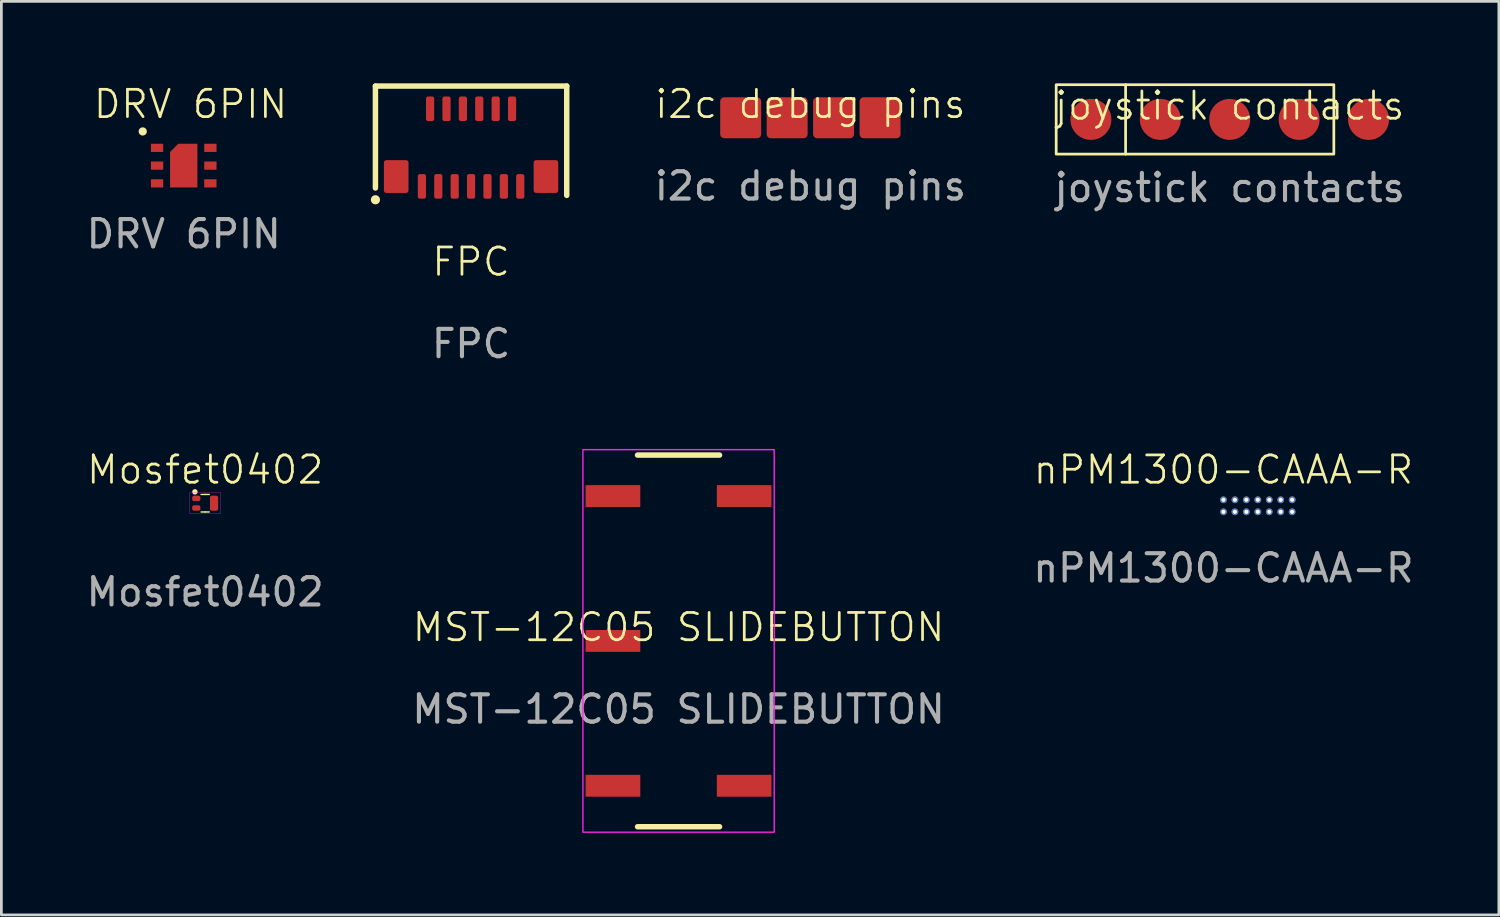
<source format=kicad_pcb>
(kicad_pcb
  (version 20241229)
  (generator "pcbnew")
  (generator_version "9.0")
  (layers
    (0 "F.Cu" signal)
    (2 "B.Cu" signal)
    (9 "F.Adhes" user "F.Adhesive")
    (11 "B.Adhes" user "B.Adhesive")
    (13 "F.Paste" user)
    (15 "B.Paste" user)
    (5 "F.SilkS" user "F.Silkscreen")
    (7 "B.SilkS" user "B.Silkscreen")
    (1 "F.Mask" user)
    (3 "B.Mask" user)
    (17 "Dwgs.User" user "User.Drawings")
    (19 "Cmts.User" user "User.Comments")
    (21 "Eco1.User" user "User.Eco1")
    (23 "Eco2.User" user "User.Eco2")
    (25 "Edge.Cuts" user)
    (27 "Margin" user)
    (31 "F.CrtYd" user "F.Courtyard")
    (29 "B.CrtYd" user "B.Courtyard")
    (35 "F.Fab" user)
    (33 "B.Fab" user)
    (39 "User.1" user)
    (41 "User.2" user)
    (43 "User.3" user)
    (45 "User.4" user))
  (footprint "joystick contacts"
    (layer "F.Cu")
    (at 41.949 1.32)
    (property "Reference" "joystick contacts" (at 0 -0.5 0) (unlocked yes) (layer "F.SilkS") (effects (font (size 1 1) (thickness 0.1))))
    (attr smd)
    (fp_line (start -3.81 1.27) (end -3.81 -1.27) (stroke (width 0.1) (type default)) (layer "F.SilkS"))
    (fp_rect (start -6.35 -1.27) (end 3.81 1.27) (stroke (width 0.1) (type default)) (fill no) (layer "F.SilkS"))
    (fp_text user "${REFERENCE}" (at 0 2.5 0) (unlocked yes) (layer "F.Fab") (effects (font (size 1 1) (thickness 0.15))))
    (pad "1" smd circle (at -5.08 0) (size 1.5 1.5) (layers "F.Cu" "F.Mask" "F.Paste"))
    (pad "2" smd circle (at -2.54 0) (size 1.5 1.5) (layers "F.Cu" "F.Mask" "F.Paste"))
    (pad "3" smd circle (at 0 0) (size 1.5 1.5) (layers "F.Cu" "F.Mask" "F.Paste"))
    (pad "4" smd circle (at 2.54 0) (size 1.5 1.5) (layers "F.Cu" "F.Mask" "F.Paste"))
    (pad "5" smd circle (at 5.08 0) (size 1.5 1.5) (layers "F.Cu" "F.Mask" "F.Paste")))
  (footprint "MST-12C05 SLIDEBUTTON"
    (layer "F.Cu")
    (at 21.78 20.403)
    (property "Reference" "MST-12C05 SLIDEBUTTON" (at 0 -0.5 0) (unlocked yes) (layer "F.SilkS") (effects (font (size 1 1) (thickness 0.1))))
    (attr smd)
    (fp_line (start -1.5 -6.8) (end 1.5 -6.8) (stroke (width 0.2) (type default)) (layer "F.SilkS"))
    (fp_line (start -1.5 6.8) (end 1.5 6.8) (stroke (width 0.2) (type default)) (layer "F.SilkS"))
    (fp_rect (start -3.5 -7) (end 3.5 7) (stroke (width 0.05) (type default)) (fill no) (layer "F.CrtYd"))
    (fp_text user "${REFERENCE}" (at 0 2.5 0) (unlocked yes) (layer "F.Fab") (effects (font (size 1 1) (thickness 0.15))))
    (pad "1" smd rect (at -2.4 -5.3) (size 2 0.8) (layers "F.Cu" "F.Mask" "F.Paste"))
    (pad "2" smd rect (at -2.4 0) (size 2 0.8) (layers "F.Cu" "F.Mask" "F.Paste"))
    (pad "3" smd rect (at -2.4 5.3) (size 2 0.8) (layers "F.Cu" "F.Mask" "F.Paste"))
    (pad "4" smd rect (at 2.4 -5.3) (size 2 0.8) (layers "F.Cu" "F.Mask" "F.Paste"))
    (pad "5" smd rect (at 2.4 5.3) (size 2 0.8) (layers "F.Cu" "F.Mask" "F.Paste")))
  (footprint "FPC"
    (layer "F.Cu")
    (at 14.188 2.35)
    (property "Reference" "FPC" (at 0 4.18 0) (unlocked yes) (layer "F.SilkS") (effects (font (size 1 1) (thickness 0.1))))
    (attr smd)
    (fp_line (start -3.5 -2.25) (end 3.5 -2.25) (stroke (width 0.2) (type default)) (layer "F.SilkS"))
    (fp_line (start -3.5 1.48) (end -3.5 -2.25) (stroke (width 0.2) (type default)) (layer "F.SilkS"))
    (fp_line (start 3.5 1.75) (end 3.5 -2.25) (stroke (width 0.2) (type default)) (layer "F.SilkS"))
    (fp_circle (center -3.5 1.91) (end -3.383 1.896) (stroke (width 0.1) (type solid)) (fill yes) (layer "F.SilkS"))
    (fp_line (start -2.74 -1.87) (end -2.74 1.66) (stroke (width 0.1) (type default)) (layer "User.2"))
    (fp_line (start -2.74 -1.87) (end -1.8 -1.87) (stroke (width 0.1) (type default)) (layer "User.2"))
    (fp_line (start -1.8 1.87) (end -1.8 -1.87) (stroke (width 0.1) (type default)) (layer "User.2"))
    (fp_line (start 1.8 -1.87) (end 2.74 -1.87) (stroke (width 0.1) (type default)) (layer "User.2"))
    (fp_line (start 1.8 1.87) (end 1.8 -1.87) (stroke (width 0.1) (type default)) (layer "User.2"))
    (fp_line (start 2.74 -1.87) (end 2.74 1.66) (stroke (width 0.1) (type default)) (layer "User.2"))
    (fp_text user "${REFERENCE}" (at 0 7.18 0) (unlocked yes) (layer "F.Fab") (effects (font (size 1 1) (thickness 0.15))))
    (pad "1" smd roundrect (at -1.8 1.42) (size 0.3 0.9) (layers "F.Cu" "F.Mask" "F.Paste") (roundrect_rratio 0.25))
    (pad "2" smd roundrect (at -1.5 -1.42) (size 0.3 0.9) (layers "F.Cu" "F.Mask" "F.Paste") (roundrect_rratio 0.25))
    (pad "3" smd roundrect (at -1.2 1.42) (size 0.3 0.9) (layers "F.Cu" "F.Mask" "F.Paste") (roundrect_rratio 0.25))
    (pad "4" smd roundrect (at -0.9 -1.42) (size 0.3 0.9) (layers "F.Cu" "F.Mask" "F.Paste") (roundrect_rratio 0.25))
    (pad "5" smd roundrect (at -0.6 1.42) (size 0.3 0.9) (layers "F.Cu" "F.Mask" "F.Paste") (roundrect_rratio 0.25))
    (pad "6" smd roundrect (at -0.3 -1.42) (size 0.3 0.9) (layers "F.Cu" "F.Mask" "F.Paste") (roundrect_rratio 0.25))
    (pad "7" smd roundrect (at 0 1.42) (size 0.3 0.9) (layers "F.Cu" "F.Mask" "F.Paste") (roundrect_rratio 0.25))
    (pad "8" smd roundrect (at 0.3 -1.42) (size 0.3 0.9) (layers "F.Cu" "F.Mask" "F.Paste") (roundrect_rratio 0.25))
    (pad "9" smd roundrect (at 0.6 1.42) (size 0.3 0.9) (layers "F.Cu" "F.Mask" "F.Paste") (roundrect_rratio 0.25))
    (pad "10" smd roundrect (at 0.9 -1.42) (size 0.3 0.9) (layers "F.Cu" "F.Mask" "F.Paste") (roundrect_rratio 0.25))
    (pad "11" smd roundrect (at 1.2 1.42) (size 0.3 0.9) (layers "F.Cu" "F.Mask" "F.Paste") (roundrect_rratio 0.25))
    (pad "12" smd roundrect (at 1.5 -1.42) (size 0.3 0.9) (layers "F.Cu" "F.Mask" "F.Paste") (roundrect_rratio 0.25))
    (pad "13" smd roundrect (at 1.8 1.42) (size 0.3 0.9) (layers "F.Cu" "F.Mask" "F.Paste") (roundrect_rratio 0.25))
    (pad "14" smd roundrect (at -2.74 1.06 180) (size 0.9 1.2) (layers "F.Cu" "F.Mask" "F.Paste") (roundrect_rratio 0.1))
    (pad "15" smd roundrect (at 2.74 1.06 180) (size 0.9 1.2) (layers "F.Cu" "F.Mask" "F.Paste") (roundrect_rratio 0.1)))
  (footprint "i2c debug pins"
    (layer "F.Cu")
    (at 26.604 1.26)
    (property "Reference" "i2c debug pins" (at 0 -0.5 0) (unlocked yes) (layer "F.SilkS") (effects (font (size 1 1) (thickness 0.1))))
    (attr smd)
    (fp_text user "${REFERENCE}" (at 0 2.5 0) (unlocked yes) (layer "F.Fab") (effects (font (size 1 1) (thickness 0.15))))
    (pad "1" smd roundrect (at -2.55 0 180) (size 1.5 1.5) (layers "F.Cu" "F.Mask" "F.Paste") (roundrect_rratio 0.1))
    (pad "2" smd roundrect (at -0.85 0 180) (size 1.5 1.5) (layers "F.Cu" "F.Mask" "F.Paste") (roundrect_rratio 0.1))
    (pad "3" smd roundrect (at 0.85 0 180) (size 1.5 1.5) (layers "F.Cu" "F.Mask" "F.Paste") (roundrect_rratio 0.1))
    (pad "4" smd roundrect (at 2.55 0 180) (size 1.5 1.5) (layers "F.Cu" "F.Mask" "F.Paste") (roundrect_rratio 0.1)))
  (footprint "DRV 6PIN"
    (layer "F.Cu")
    (at 3.673 3.01)
    (property "Reference" "DRV 6PIN" (at 0.25 -2.25 0) (unlocked yes) (layer "F.SilkS") (effects (font (size 1 1) (thickness 0.1))))
    (attr smd)
    (fp_circle (center -1.5 -1.25) (end -1.4 -1.25) (stroke (width 0.1) (type solid)) (fill yes) (layer "F.SilkS"))
    (fp_text user "${REFERENCE}" (at 0 2.5 0) (unlocked yes) (layer "F.Fab") (effects (font (size 1 1) (thickness 0.15))))
    (pad "1" smd rect (at -0.975 -0.65) (size 0.45 0.3) (layers "F.Cu" "F.Mask" "F.Paste"))
    (pad "2" smd rect (at -0.975 0) (size 0.45 0.3) (layers "F.Cu" "F.Mask" "F.Paste"))
    (pad "3" smd rect (at -0.975 0.65) (size 0.45 0.3) (layers "F.Cu" "F.Mask" "F.Paste"))
    (pad "4" smd rect (at 0.975 0.65) (size 0.45 0.3) (layers "F.Cu" "F.Mask" "F.Paste"))
    (pad "5" smd rect (at 0.975 0) (size 0.45 0.3) (layers "F.Cu" "F.Mask" "F.Paste"))
    (pad "6" smd rect (at 0.975 -0.65) (size 0.45 0.3) (layers "F.Cu" "F.Mask" "F.Paste"))
    (pad "7" smd roundrect (at 0 0) (size 1 1.6) (layers "F.Cu" "F.Mask" "F.Paste") (roundrect_rratio 0) (chamfer_ratio 0.3) (chamfer top_left)))
  (footprint "Mosfet0402"
    (layer "F.Cu")
    (at 4.458 15.364)
    (property "Reference" "Mosfet0402" (at 0 -1.225 0) (unlocked yes) (layer "F.SilkS") (effects (font (size 1 1) (thickness 0.1))))
    (attr smd)
    (fp_rect (start -0.4 -0.2) (end -0.25 -0.15) (stroke (width 0.1) (type solid)) (fill yes) (layer "F.Mask"))
    (fp_rect (start -0.4 0.15) (end -0.25 0.2) (stroke (width 0.1) (type solid)) (fill yes) (layer "F.Mask"))
    (fp_rect (start 0.25 -0.2) (end 0.4 0.2) (stroke (width 0.1) (type solid)) (fill yes) (layer "F.Mask"))
    (fp_line (start 0.000003 -0.32) (end -0.15 -0.32) (stroke (width 0.05) (type default)) (layer "F.SilkS"))
    (fp_line (start 0.000003 -0.32) (end 0.15 -0.32) (stroke (width 0.05) (type default)) (layer "F.SilkS"))
    (fp_line (start 0.000003 0.32) (end -0.15 0.32) (stroke (width 0.05) (type default)) (layer "F.SilkS"))
    (fp_line (start 0.000003 0.32) (end 0.15 0.32) (stroke (width 0.05) (type default)) (layer "F.SilkS"))
    (fp_circle (center -0.375 -0.415) (end -0.375 -0.415) (stroke (width 0.1) (type default)) (fill no) (layer "F.SilkS"))
    (fp_rect (start -0.57 -0.38) (end 0.57 0.38) (stroke (width 0.01) (type default)) (fill no) (layer "Margin"))
    (fp_rect (start -0.57 -0.38) (end 0.57 0.38) (stroke (width 0.01) (type default)) (fill no) (layer "F.CrtYd"))
    (fp_text user "${REFERENCE}" (at 0 3.25 0) (unlocked yes) (layer "F.Fab") (effects (font (size 1 1) (thickness 0.15))))
    (pad "1" smd roundrect (at -0.325 -0.175) (size 0.3 0.2) (layers "F.Cu") (roundrect_rratio 0.35))
    (pad "2" smd roundrect (at -0.325 0.175) (size 0.3 0.2) (layers "F.Cu") (roundrect_rratio 0.35))
    (pad "3" smd roundrect (at 0.325 0) (size 0.3 0.55) (layers "F.Cu") (roundrect_rratio 0.233)))
  (footprint "nPM1300-CAAA-R"
    (layer "F.Cu")
    (at 41.72 15.239)
    (property "Reference" "nPM1300-CAAA-R" (at 0 -1.1 0) (unlocked yes) (layer "F.SilkS") (effects (font (size 1 1) (thickness 0.1))))
    (attr smd)
    (fp_text user "${REFERENCE}" (at 0 2.5 0) (unlocked yes) (layer "F.Fab") (effects (font (size 1 1) (thickness 0.15))))
    (pad "1" thru_hole circle (at 0 0.44) (size 0.25 0.25) (drill 0.15) (layers "*.Cu" "*.Mask"))
    (pad "1A" thru_hole circle (at 0 0) (size 0.25 0.25) (drill 0.15) (layers "*.Cu" "*.Mask"))
    (pad "2" thru_hole circle (at 0.419 0.44) (size 0.25 0.25) (drill 0.15) (layers "*.Cu" "*.Mask"))
    (pad "2A" thru_hole circle (at 0.419 0) (size 0.25 0.25) (drill 0.15) (layers "*.Cu" "*.Mask"))
    (pad "3" thru_hole circle (at 0.838 0.44) (size 0.25 0.25) (drill 0.15) (layers "*.Cu" "*.Mask"))
    (pad "3A" thru_hole circle (at 0.838 0) (size 0.25 0.25) (drill 0.15) (layers "*.Cu" "*.Mask"))
    (pad "4" thru_hole circle (at 1.257 0.44) (size 0.25 0.25) (drill 0.15) (layers "*.Cu" "*.Mask"))
    (pad "4A" thru_hole circle (at 1.257 0) (size 0.25 0.25) (drill 0.15) (layers "*.Cu" "*.Mask"))
    (pad "5" thru_hole circle (at 1.676 0.44) (size 0.25 0.25) (drill 0.15) (layers "*.Cu" "*.Mask"))
    (pad "5A" thru_hole circle (at 1.676 0) (size 0.25 0.25) (drill 0.15) (layers "*.Cu" "*.Mask"))
    (pad "6" thru_hole circle (at 2.095 0.44) (size 0.25 0.25) (drill 0.15) (layers "*.Cu" "*.Mask"))
    (pad "6A" thru_hole circle (at 2.095 0) (size 0.25 0.25) (drill 0.15) (layers "*.Cu" "*.Mask"))
    (pad "7" thru_hole circle (at 2.514 0.44) (size 0.25 0.25) (drill 0.15) (layers "*.Cu" "*.Mask"))
    (pad "7A" thru_hole circle (at 2.514 0) (size 0.25 0.25) (drill 0.15) (layers "*.Cu" "*.Mask")))
  (gr_rect
    (start -3 -3)
    (end 51.798 30.428)
    (stroke (width 0.1) (type default))
    (fill no)
    (layer "Edge.Cuts")))
</source>
